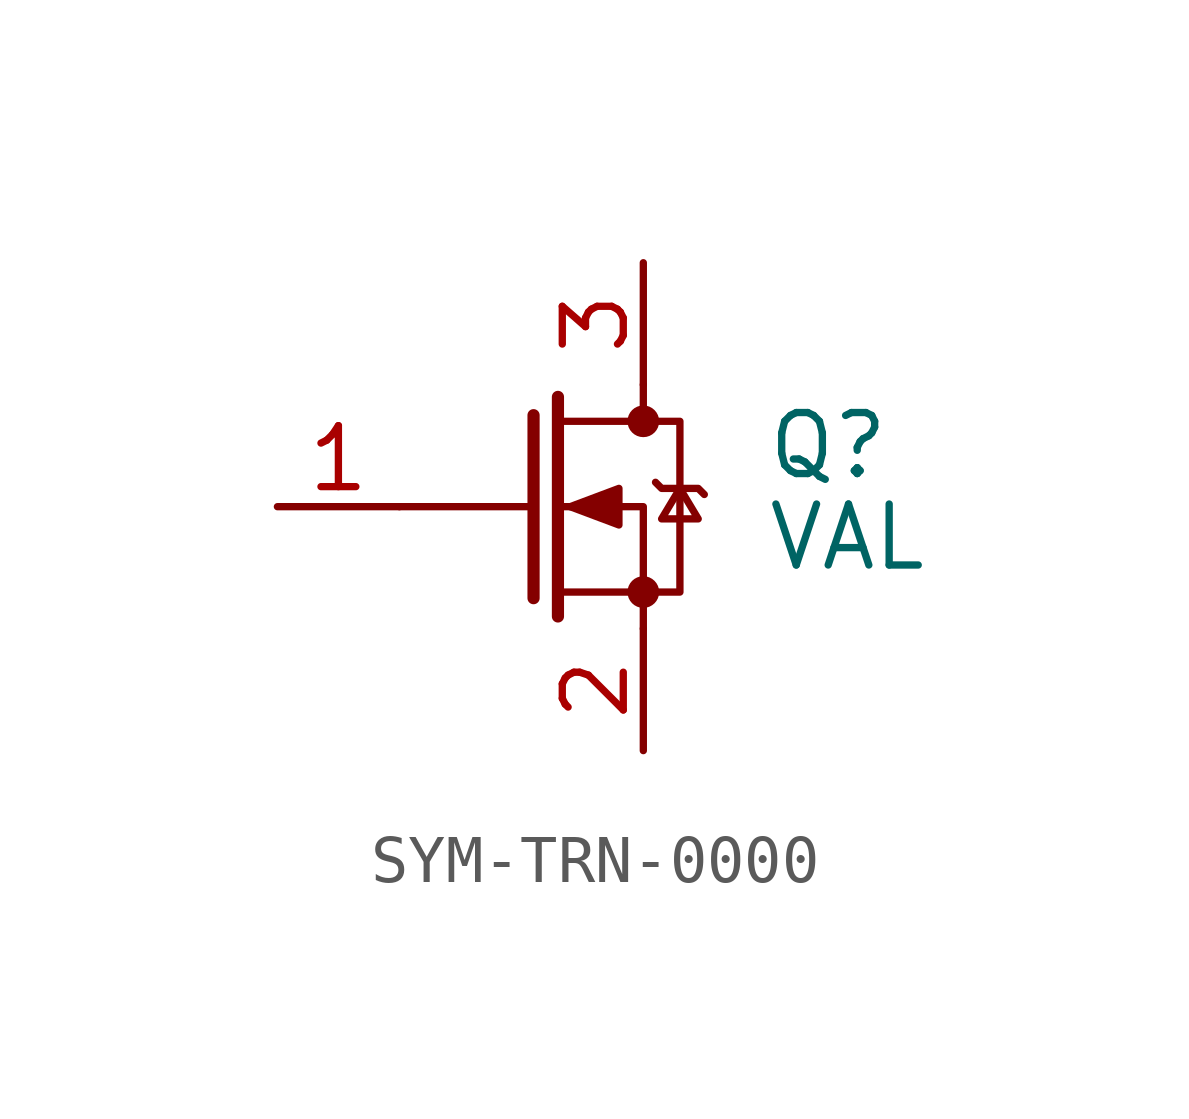
<source format=kicad_sym>
(kicad_symbol_lib
  (version 20241209)
  (generator "kicad_symbol_editor")
  (generator_version "9.0")
  (symbol "SYM-TRN-0000"
    (pin_names
      (offset 0)
      (hide yes))
    (property "Reference" "Q"
      (at 5.08 1.27 0)
      (effects (font (size 1.27 1.27)) (justify left)))
    (property "Value" "VAL"
      (at 5.08 -0.635 0)
      (effects (font (size 1.27 1.27)) (justify left)))
    (symbol "SYM-TRN-0000_0_1"
      (polyline (pts (xy 0.254 1.905) (xy 0.254 -1.905)) (stroke (width 0.254) (type default)) (fill (type none)))
      (polyline (pts (xy 0.254 0) (xy -2.54 0)) (stroke (width 0) (type default)) (fill (type none)))
      (polyline (pts (xy 0.762 2.286) (xy 0.762 -2.286)) (stroke (width 0.254) (type default)) (fill (type none)))
      (polyline (pts (xy 0.762 -1.778) (xy 3.302 -1.778) (xy 3.302 1.778) (xy 0.762 1.778)) (stroke (width 0) (type default)) (fill (type none)))
      (polyline (pts (xy 1.016 0) (xy 2.032 0.381) (xy 2.032 -0.381) (xy 1.016 0)) (stroke (width 0) (type default)) (fill (type outline)))
      (polyline (pts (xy 2.54 2.54) (xy 2.54 1.778)) (stroke (width 0) (type default)) (fill (type none)))
      (circle (center 2.54 1.778) (radius 0.254) (stroke (width 0) (type default)) (fill (type outline)))
      (circle (center 2.54 -1.778) (radius 0.254) (stroke (width 0) (type default)) (fill (type outline)))
      (polyline (pts (xy 2.54 -2.54) (xy 2.54 0) (xy 0.762 0)) (stroke (width 0) (type default)) (fill (type none)))
      (polyline (pts (xy 2.794 0.508) (xy 2.921 0.381) (xy 3.683 0.381) (xy 3.81 0.254)) (stroke (width 0) (type default)) (fill (type none)))
      (polyline (pts (xy 3.302 0.381) (xy 2.921 -0.254) (xy 3.683 -0.254) (xy 3.302 0.381)) (stroke (width 0) (type default)) (fill (type none))))
    (symbol "SYM-TRN-0000_1_1"
      (pin input line (at -5.08 0 0) (length 2.54) (name "G" (effects (font (size 1.27 1.27)))) (number "1" (effects (font (size 1.27 1.27)))))
      (pin passive line (at 2.54 5.08 270) (length 2.54) (name "D" (effects (font (size 1.27 1.27)))) (number "3" (effects (font (size 1.27 1.27)))))
      (pin passive line (at 2.54 -5.08 90) (length 2.54) (name "S" (effects (font (size 1.27 1.27)))) (number "2" (effects (font (size 1.27 1.27))))))))
</source>
